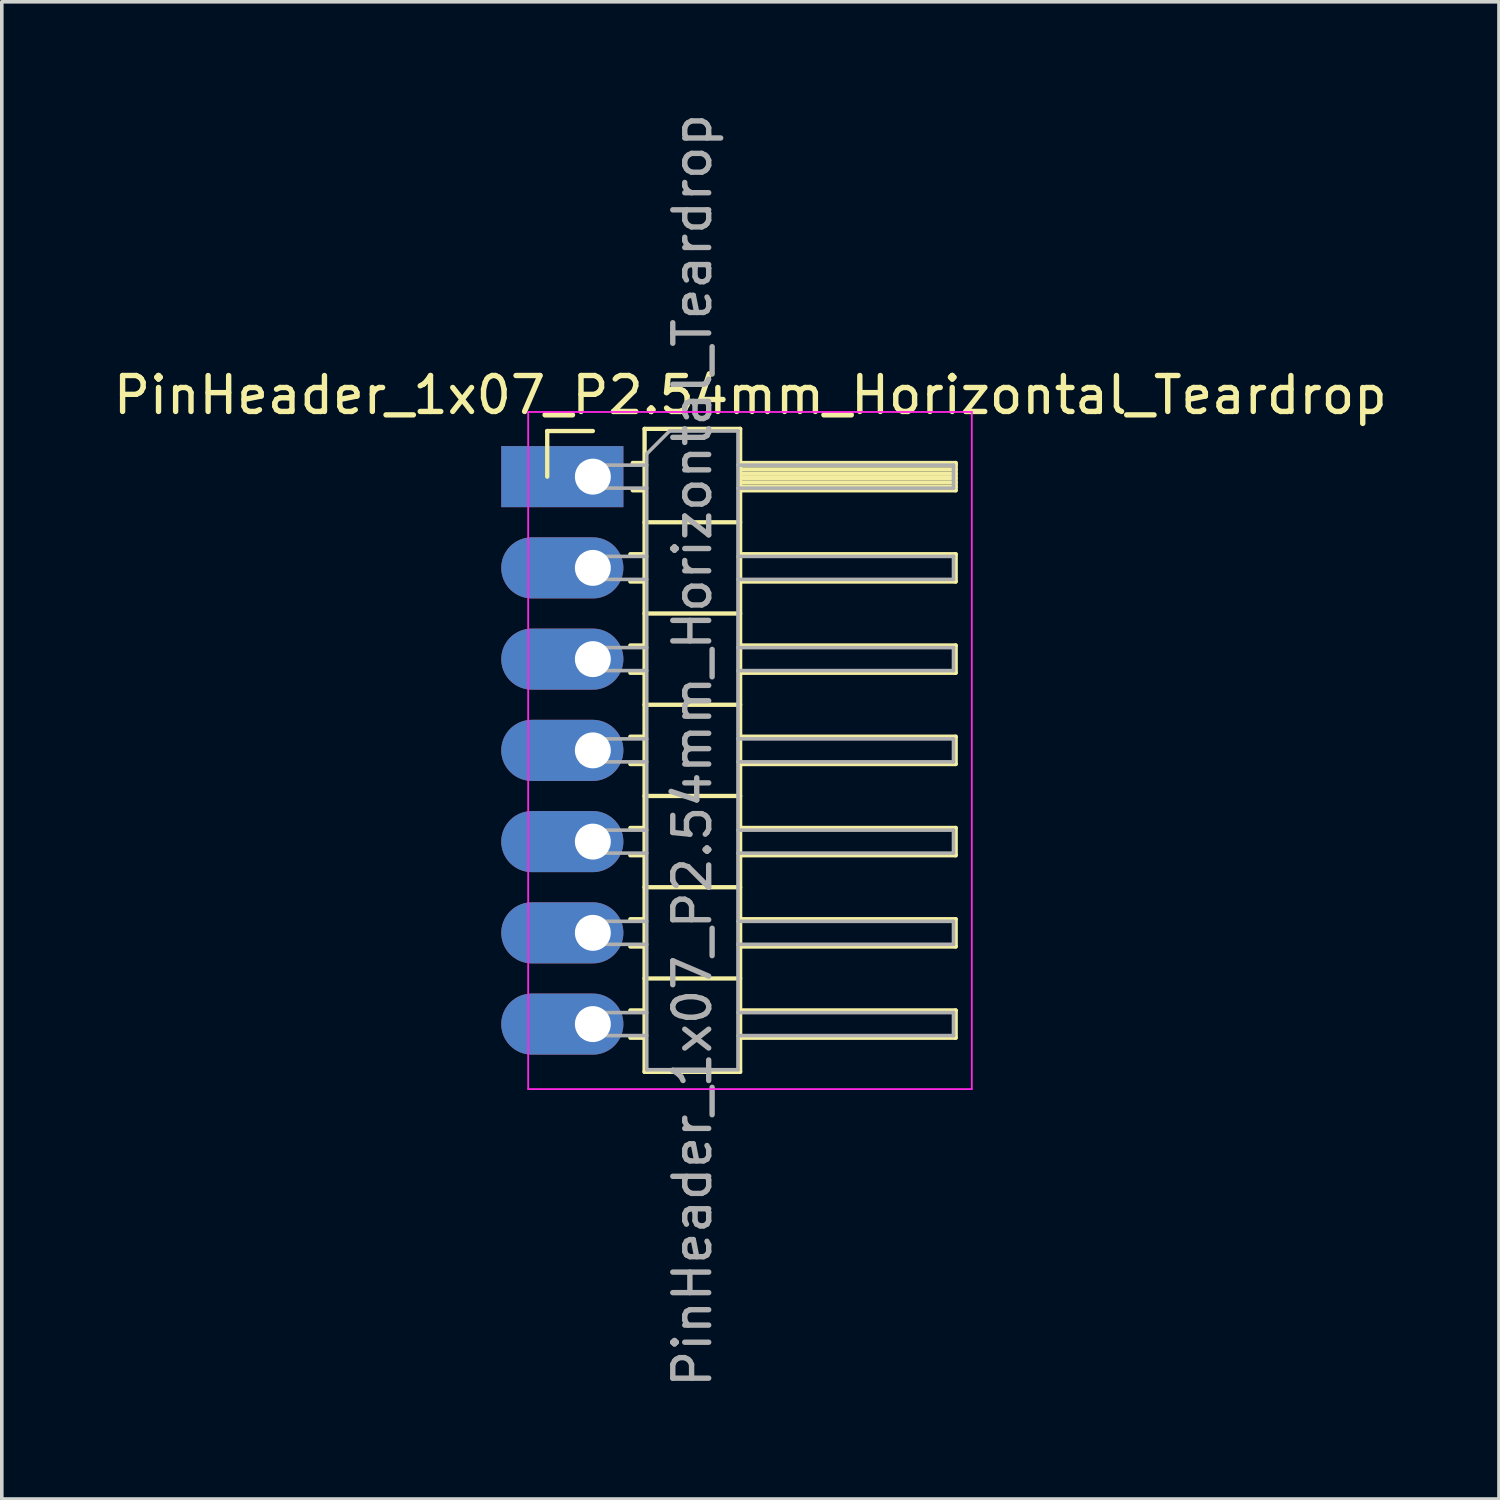
<source format=kicad_pcb>
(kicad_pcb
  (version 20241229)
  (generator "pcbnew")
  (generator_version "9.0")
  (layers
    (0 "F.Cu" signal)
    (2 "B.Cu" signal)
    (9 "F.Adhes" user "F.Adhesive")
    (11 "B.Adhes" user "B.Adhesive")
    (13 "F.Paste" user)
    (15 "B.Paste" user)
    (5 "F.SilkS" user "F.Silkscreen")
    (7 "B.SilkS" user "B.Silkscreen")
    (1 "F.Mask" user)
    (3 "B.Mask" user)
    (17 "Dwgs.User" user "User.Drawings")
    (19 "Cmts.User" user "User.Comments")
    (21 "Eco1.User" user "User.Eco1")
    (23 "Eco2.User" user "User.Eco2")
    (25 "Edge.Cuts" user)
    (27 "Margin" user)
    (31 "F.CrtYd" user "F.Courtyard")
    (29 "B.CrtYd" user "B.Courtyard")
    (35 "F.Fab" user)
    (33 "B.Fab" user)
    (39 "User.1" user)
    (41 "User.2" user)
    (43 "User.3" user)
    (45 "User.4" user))
  (footprint "PinHeader_1x07_P2.54mm_Horizontal_Teardrop"
    (layer "F.Cu")
    (at 13.454 10.219)
    (property "Reference" "PinHeader_1x07_P2.54mm_Horizontal_Teardrop" (at 4.385 -2.27 0) (layer "F.SilkS") (effects (font (size 1 1) (thickness 0.15))))
    (attr through_hole)
    (fp_line (start -1.27 -1.27) (end 0 -1.27) (stroke (width 0.12) (type solid)) (layer "F.SilkS"))
    (fp_line (start -1.27 0) (end -1.27 -1.27) (stroke (width 0.12) (type solid)) (layer "F.SilkS"))
    (fp_line (start 1.043 2.16) (end 1.44 2.16) (stroke (width 0.12) (type solid)) (layer "F.SilkS"))
    (fp_line (start 1.043 2.92) (end 1.44 2.92) (stroke (width 0.12) (type solid)) (layer "F.SilkS"))
    (fp_line (start 1.043 4.7) (end 1.44 4.7) (stroke (width 0.12) (type solid)) (layer "F.SilkS"))
    (fp_line (start 1.043 5.46) (end 1.44 5.46) (stroke (width 0.12) (type solid)) (layer "F.SilkS"))
    (fp_line (start 1.043 7.24) (end 1.44 7.24) (stroke (width 0.12) (type solid)) (layer "F.SilkS"))
    (fp_line (start 1.043 8) (end 1.44 8) (stroke (width 0.12) (type solid)) (layer "F.SilkS"))
    (fp_line (start 1.043 9.78) (end 1.44 9.78) (stroke (width 0.12) (type solid)) (layer "F.SilkS"))
    (fp_line (start 1.043 10.54) (end 1.44 10.54) (stroke (width 0.12) (type solid)) (layer "F.SilkS"))
    (fp_line (start 1.043 12.32) (end 1.44 12.32) (stroke (width 0.12) (type solid)) (layer "F.SilkS"))
    (fp_line (start 1.043 13.08) (end 1.44 13.08) (stroke (width 0.12) (type solid)) (layer "F.SilkS"))
    (fp_line (start 1.043 14.86) (end 1.44 14.86) (stroke (width 0.12) (type solid)) (layer "F.SilkS"))
    (fp_line (start 1.043 15.62) (end 1.44 15.62) (stroke (width 0.12) (type solid)) (layer "F.SilkS"))
    (fp_line (start 1.11 -0.38) (end 1.44 -0.38) (stroke (width 0.12) (type solid)) (layer "F.SilkS"))
    (fp_line (start 1.11 0.38) (end 1.44 0.38) (stroke (width 0.12) (type solid)) (layer "F.SilkS"))
    (fp_line (start 1.44 -1.33) (end 1.44 16.57) (stroke (width 0.12) (type solid)) (layer "F.SilkS"))
    (fp_line (start 1.44 1.27) (end 4.1 1.27) (stroke (width 0.12) (type solid)) (layer "F.SilkS"))
    (fp_line (start 1.44 3.81) (end 4.1 3.81) (stroke (width 0.12) (type solid)) (layer "F.SilkS"))
    (fp_line (start 1.44 6.35) (end 4.1 6.35) (stroke (width 0.12) (type solid)) (layer "F.SilkS"))
    (fp_line (start 1.44 8.89) (end 4.1 8.89) (stroke (width 0.12) (type solid)) (layer "F.SilkS"))
    (fp_line (start 1.44 11.43) (end 4.1 11.43) (stroke (width 0.12) (type solid)) (layer "F.SilkS"))
    (fp_line (start 1.44 13.97) (end 4.1 13.97) (stroke (width 0.12) (type solid)) (layer "F.SilkS"))
    (fp_line (start 1.44 16.57) (end 4.1 16.57) (stroke (width 0.12) (type solid)) (layer "F.SilkS"))
    (fp_line (start 4.1 -1.33) (end 1.44 -1.33) (stroke (width 0.12) (type solid)) (layer "F.SilkS"))
    (fp_line (start 4.1 -0.38) (end 10.1 -0.38) (stroke (width 0.12) (type solid)) (layer "F.SilkS"))
    (fp_line (start 4.1 -0.32) (end 10.1 -0.32) (stroke (width 0.12) (type solid)) (layer "F.SilkS"))
    (fp_line (start 4.1 -0.2) (end 10.1 -0.2) (stroke (width 0.12) (type solid)) (layer "F.SilkS"))
    (fp_line (start 4.1 -0.08) (end 10.1 -0.08) (stroke (width 0.12) (type solid)) (layer "F.SilkS"))
    (fp_line (start 4.1 0.04) (end 10.1 0.04) (stroke (width 0.12) (type solid)) (layer "F.SilkS"))
    (fp_line (start 4.1 0.16) (end 10.1 0.16) (stroke (width 0.12) (type solid)) (layer "F.SilkS"))
    (fp_line (start 4.1 0.28) (end 10.1 0.28) (stroke (width 0.12) (type solid)) (layer "F.SilkS"))
    (fp_line (start 4.1 2.16) (end 10.1 2.16) (stroke (width 0.12) (type solid)) (layer "F.SilkS"))
    (fp_line (start 4.1 4.7) (end 10.1 4.7) (stroke (width 0.12) (type solid)) (layer "F.SilkS"))
    (fp_line (start 4.1 7.24) (end 10.1 7.24) (stroke (width 0.12) (type solid)) (layer "F.SilkS"))
    (fp_line (start 4.1 9.78) (end 10.1 9.78) (stroke (width 0.12) (type solid)) (layer "F.SilkS"))
    (fp_line (start 4.1 12.32) (end 10.1 12.32) (stroke (width 0.12) (type solid)) (layer "F.SilkS"))
    (fp_line (start 4.1 14.86) (end 10.1 14.86) (stroke (width 0.12) (type solid)) (layer "F.SilkS"))
    (fp_line (start 4.1 16.57) (end 4.1 -1.33) (stroke (width 0.12) (type solid)) (layer "F.SilkS"))
    (fp_line (start 10.1 -0.38) (end 10.1 0.38) (stroke (width 0.12) (type solid)) (layer "F.SilkS"))
    (fp_line (start 10.1 0.38) (end 4.1 0.38) (stroke (width 0.12) (type solid)) (layer "F.SilkS"))
    (fp_line (start 10.1 2.16) (end 10.1 2.92) (stroke (width 0.12) (type solid)) (layer "F.SilkS"))
    (fp_line (start 10.1 2.92) (end 4.1 2.92) (stroke (width 0.12) (type solid)) (layer "F.SilkS"))
    (fp_line (start 10.1 4.7) (end 10.1 5.46) (stroke (width 0.12) (type solid)) (layer "F.SilkS"))
    (fp_line (start 10.1 5.46) (end 4.1 5.46) (stroke (width 0.12) (type solid)) (layer "F.SilkS"))
    (fp_line (start 10.1 7.24) (end 10.1 8) (stroke (width 0.12) (type solid)) (layer "F.SilkS"))
    (fp_line (start 10.1 8) (end 4.1 8) (stroke (width 0.12) (type solid)) (layer "F.SilkS"))
    (fp_line (start 10.1 9.78) (end 10.1 10.54) (stroke (width 0.12) (type solid)) (layer "F.SilkS"))
    (fp_line (start 10.1 10.54) (end 4.1 10.54) (stroke (width 0.12) (type solid)) (layer "F.SilkS"))
    (fp_line (start 10.1 12.32) (end 10.1 13.08) (stroke (width 0.12) (type solid)) (layer "F.SilkS"))
    (fp_line (start 10.1 13.08) (end 4.1 13.08) (stroke (width 0.12) (type solid)) (layer "F.SilkS"))
    (fp_line (start 10.1 14.86) (end 10.1 15.62) (stroke (width 0.12) (type solid)) (layer "F.SilkS"))
    (fp_line (start 10.1 15.62) (end 4.1 15.62) (stroke (width 0.12) (type solid)) (layer "F.SilkS"))
    (fp_line (start -1.8 -1.8) (end -1.8 17.05) (stroke (width 0.05) (type solid)) (layer "F.CrtYd"))
    (fp_line (start -1.8 17.05) (end 10.55 17.05) (stroke (width 0.05) (type solid)) (layer "F.CrtYd"))
    (fp_line (start 10.55 -1.8) (end -1.8 -1.8) (stroke (width 0.05) (type solid)) (layer "F.CrtYd"))
    (fp_line (start 10.55 17.05) (end 10.55 -1.8) (stroke (width 0.05) (type solid)) (layer "F.CrtYd"))
    (fp_line (start -0.32 -0.32) (end -0.32 0.32) (stroke (width 0.1) (type solid)) (layer "F.Fab"))
    (fp_line (start -0.32 -0.32) (end 1.5 -0.32) (stroke (width 0.1) (type solid)) (layer "F.Fab"))
    (fp_line (start -0.32 0.32) (end 1.5 0.32) (stroke (width 0.1) (type solid)) (layer "F.Fab"))
    (fp_line (start -0.32 2.22) (end -0.32 2.86) (stroke (width 0.1) (type solid)) (layer "F.Fab"))
    (fp_line (start -0.32 2.22) (end 1.5 2.22) (stroke (width 0.1) (type solid)) (layer "F.Fab"))
    (fp_line (start -0.32 2.86) (end 1.5 2.86) (stroke (width 0.1) (type solid)) (layer "F.Fab"))
    (fp_line (start -0.32 4.76) (end -0.32 5.4) (stroke (width 0.1) (type solid)) (layer "F.Fab"))
    (fp_line (start -0.32 4.76) (end 1.5 4.76) (stroke (width 0.1) (type solid)) (layer "F.Fab"))
    (fp_line (start -0.32 5.4) (end 1.5 5.4) (stroke (width 0.1) (type solid)) (layer "F.Fab"))
    (fp_line (start -0.32 7.3) (end -0.32 7.94) (stroke (width 0.1) (type solid)) (layer "F.Fab"))
    (fp_line (start -0.32 7.3) (end 1.5 7.3) (stroke (width 0.1) (type solid)) (layer "F.Fab"))
    (fp_line (start -0.32 7.94) (end 1.5 7.94) (stroke (width 0.1) (type solid)) (layer "F.Fab"))
    (fp_line (start -0.32 9.84) (end -0.32 10.48) (stroke (width 0.1) (type solid)) (layer "F.Fab"))
    (fp_line (start -0.32 9.84) (end 1.5 9.84) (stroke (width 0.1) (type solid)) (layer "F.Fab"))
    (fp_line (start -0.32 10.48) (end 1.5 10.48) (stroke (width 0.1) (type solid)) (layer "F.Fab"))
    (fp_line (start -0.32 12.38) (end -0.32 13.02) (stroke (width 0.1) (type solid)) (layer "F.Fab"))
    (fp_line (start -0.32 12.38) (end 1.5 12.38) (stroke (width 0.1) (type solid)) (layer "F.Fab"))
    (fp_line (start -0.32 13.02) (end 1.5 13.02) (stroke (width 0.1) (type solid)) (layer "F.Fab"))
    (fp_line (start -0.32 14.92) (end -0.32 15.56) (stroke (width 0.1) (type solid)) (layer "F.Fab"))
    (fp_line (start -0.32 14.92) (end 1.5 14.92) (stroke (width 0.1) (type solid)) (layer "F.Fab"))
    (fp_line (start -0.32 15.56) (end 1.5 15.56) (stroke (width 0.1) (type solid)) (layer "F.Fab"))
    (fp_line (start 1.5 -0.635) (end 2.135 -1.27) (stroke (width 0.1) (type solid)) (layer "F.Fab"))
    (fp_line (start 1.5 16.51) (end 1.5 -0.635) (stroke (width 0.1) (type solid)) (layer "F.Fab"))
    (fp_line (start 2.135 -1.27) (end 4.04 -1.27) (stroke (width 0.1) (type solid)) (layer "F.Fab"))
    (fp_line (start 4.04 -1.27) (end 4.04 16.51) (stroke (width 0.1) (type solid)) (layer "F.Fab"))
    (fp_line (start 4.04 -0.32) (end 10.04 -0.32) (stroke (width 0.1) (type solid)) (layer "F.Fab"))
    (fp_line (start 4.04 0.32) (end 10.04 0.32) (stroke (width 0.1) (type solid)) (layer "F.Fab"))
    (fp_line (start 4.04 2.22) (end 10.04 2.22) (stroke (width 0.1) (type solid)) (layer "F.Fab"))
    (fp_line (start 4.04 2.86) (end 10.04 2.86) (stroke (width 0.1) (type solid)) (layer "F.Fab"))
    (fp_line (start 4.04 4.76) (end 10.04 4.76) (stroke (width 0.1) (type solid)) (layer "F.Fab"))
    (fp_line (start 4.04 5.4) (end 10.04 5.4) (stroke (width 0.1) (type solid)) (layer "F.Fab"))
    (fp_line (start 4.04 7.3) (end 10.04 7.3) (stroke (width 0.1) (type solid)) (layer "F.Fab"))
    (fp_line (start 4.04 7.94) (end 10.04 7.94) (stroke (width 0.1) (type solid)) (layer "F.Fab"))
    (fp_line (start 4.04 9.84) (end 10.04 9.84) (stroke (width 0.1) (type solid)) (layer "F.Fab"))
    (fp_line (start 4.04 10.48) (end 10.04 10.48) (stroke (width 0.1) (type solid)) (layer "F.Fab"))
    (fp_line (start 4.04 12.38) (end 10.04 12.38) (stroke (width 0.1) (type solid)) (layer "F.Fab"))
    (fp_line (start 4.04 13.02) (end 10.04 13.02) (stroke (width 0.1) (type solid)) (layer "F.Fab"))
    (fp_line (start 4.04 14.92) (end 10.04 14.92) (stroke (width 0.1) (type solid)) (layer "F.Fab"))
    (fp_line (start 4.04 15.56) (end 10.04 15.56) (stroke (width 0.1) (type solid)) (layer "F.Fab"))
    (fp_line (start 4.04 16.51) (end 1.5 16.51) (stroke (width 0.1) (type solid)) (layer "F.Fab"))
    (fp_line (start 10.04 -0.32) (end 10.04 0.32) (stroke (width 0.1) (type solid)) (layer "F.Fab"))
    (fp_line (start 10.04 2.22) (end 10.04 2.86) (stroke (width 0.1) (type solid)) (layer "F.Fab"))
    (fp_line (start 10.04 4.76) (end 10.04 5.4) (stroke (width 0.1) (type solid)) (layer "F.Fab"))
    (fp_line (start 10.04 7.3) (end 10.04 7.94) (stroke (width 0.1) (type solid)) (layer "F.Fab"))
    (fp_line (start 10.04 9.84) (end 10.04 10.48) (stroke (width 0.1) (type solid)) (layer "F.Fab"))
    (fp_line (start 10.04 12.38) (end 10.04 13.02) (stroke (width 0.1) (type solid)) (layer "F.Fab"))
    (fp_line (start 10.04 14.92) (end 10.04 15.56) (stroke (width 0.1) (type solid)) (layer "F.Fab"))
    (fp_text user "${REFERENCE}" (at 2.77 7.62 90) (layer "F.Fab") (effects (font (size 1 1) (thickness 0.15))))
    (pad "1" thru_hole rect (at 0 0) (size 3.4 1.7) (drill 1 (offset -0.85 0)) (layers "*.Cu" "*.Mask"))
    (pad "2" thru_hole oval (at 0 2.54) (size 3.4 1.7) (drill 1 (offset -0.85 0)) (layers "*.Cu" "*.Mask"))
    (pad "3" thru_hole oval (at 0 5.08) (size 3.4 1.7) (drill 1 (offset -0.85 0)) (layers "*.Cu" "*.Mask"))
    (pad "4" thru_hole oval (at 0 7.62) (size 3.4 1.7) (drill 1 (offset -0.85 0)) (layers "*.Cu" "*.Mask"))
    (pad "5" thru_hole oval (at 0 10.16) (size 3.4 1.7) (drill 1 (offset -0.85 0)) (layers "*.Cu" "*.Mask"))
    (pad "6" thru_hole oval (at 0 12.7) (size 3.4 1.7) (drill 1 (offset -0.85 0)) (layers "*.Cu" "*.Mask"))
    (pad "7" thru_hole oval (at 0 15.24) (size 3.4 1.7) (drill 1 (offset -0.85 0)) (layers "*.Cu" "*.Mask")))
  (gr_rect
    (start -3 -3)
    (end 38.679 38.679)
    (stroke (width 0.1) (type default))
    (fill no)
    (layer "Edge.Cuts")))
</source>
